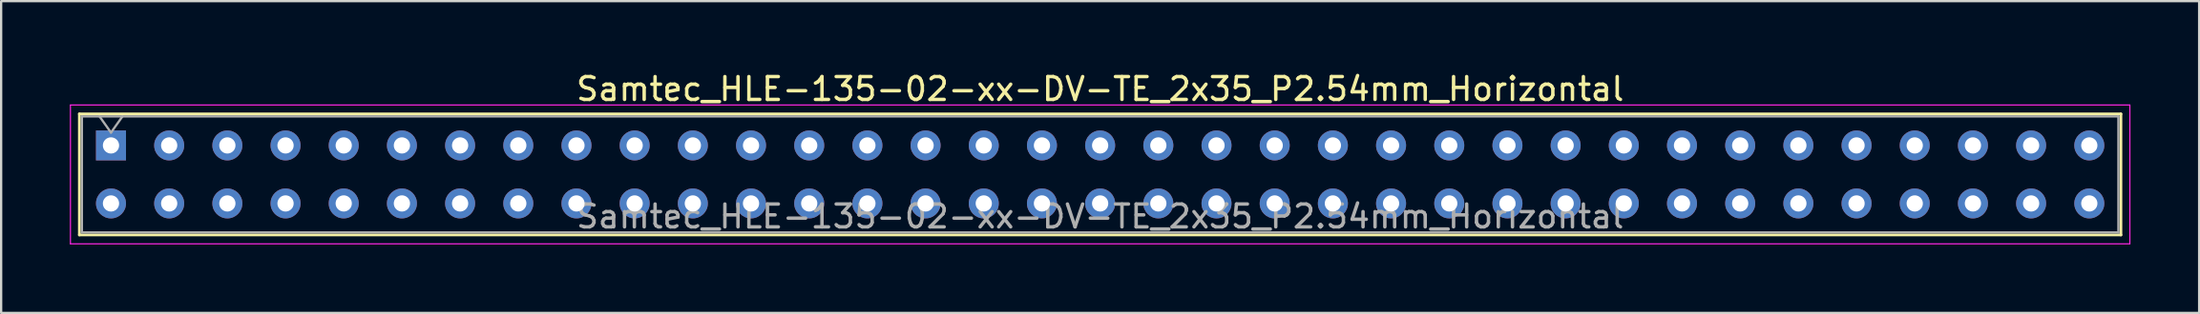
<source format=kicad_pcb>
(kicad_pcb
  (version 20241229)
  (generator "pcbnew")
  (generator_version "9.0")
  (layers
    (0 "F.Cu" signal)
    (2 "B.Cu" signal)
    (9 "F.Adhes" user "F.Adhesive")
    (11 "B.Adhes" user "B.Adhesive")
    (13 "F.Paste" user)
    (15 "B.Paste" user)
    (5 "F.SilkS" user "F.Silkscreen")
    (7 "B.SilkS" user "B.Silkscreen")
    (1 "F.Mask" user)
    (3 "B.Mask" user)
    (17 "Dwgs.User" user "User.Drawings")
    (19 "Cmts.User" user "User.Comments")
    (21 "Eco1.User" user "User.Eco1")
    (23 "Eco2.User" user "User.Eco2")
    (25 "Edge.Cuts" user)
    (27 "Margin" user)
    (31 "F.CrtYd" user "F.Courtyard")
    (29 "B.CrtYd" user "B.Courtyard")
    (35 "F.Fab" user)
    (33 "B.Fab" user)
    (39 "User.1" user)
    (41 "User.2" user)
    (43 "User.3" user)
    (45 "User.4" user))
  (footprint "Samtec_HLE-135-02-xx-DV-TE_2x35_P2.54mm_Horizontal"
    (layer "F.Cu")
    (at 1.795 3.318)
    (property "Reference" "Samtec_HLE-135-02-xx-DV-TE_2x35_P2.54mm_Horizontal" (at 43.18 -2.47 0) (layer "F.SilkS") (effects (font (size 1 1) (thickness 0.15))))
    (attr through_hole)
    (fp_line (start -1.38 -1.38) (end 87.74 -1.38) (stroke (width 0.12) (type solid)) (layer "F.SilkS"))
    (fp_line (start -1.38 3.92) (end -1.38 -1.38) (stroke (width 0.12) (type solid)) (layer "F.SilkS"))
    (fp_line (start 87.74 -1.38) (end 87.74 3.92) (stroke (width 0.12) (type solid)) (layer "F.SilkS"))
    (fp_line (start 87.74 3.92) (end -1.38 3.92) (stroke (width 0.12) (type solid)) (layer "F.SilkS"))
    (fp_line (start -1.77 -1.77) (end 88.13 -1.77) (stroke (width 0.05) (type solid)) (layer "F.CrtYd"))
    (fp_line (start -1.77 4.31) (end -1.77 -1.77) (stroke (width 0.05) (type solid)) (layer "F.CrtYd"))
    (fp_line (start 88.13 -1.77) (end 88.13 4.31) (stroke (width 0.05) (type solid)) (layer "F.CrtYd"))
    (fp_line (start 88.13 4.31) (end -1.77 4.31) (stroke (width 0.05) (type solid)) (layer "F.CrtYd"))
    (fp_line (start -1.27 -1.27) (end 87.63 -1.27) (stroke (width 0.1) (type solid)) (layer "F.Fab"))
    (fp_line (start -1.27 3.81) (end -1.27 -1.27) (stroke (width 0.1) (type solid)) (layer "F.Fab"))
    (fp_line (start -0.5 -1.27) (end 0 -0.563) (stroke (width 0.1) (type solid)) (layer "F.Fab"))
    (fp_line (start 0 -0.563) (end 0.5 -1.27) (stroke (width 0.1) (type solid)) (layer "F.Fab"))
    (fp_line (start 87.63 -1.27) (end 87.63 3.81) (stroke (width 0.1) (type solid)) (layer "F.Fab"))
    (fp_line (start 87.63 3.81) (end -1.27 3.81) (stroke (width 0.1) (type solid)) (layer "F.Fab"))
    (fp_text user "${REFERENCE}" (at 43.18 3.11 0) (layer "F.Fab") (effects (font (size 1 1) (thickness 0.15))))
    (pad "1" thru_hole rect (at 0 0) (size 1.31 1.31) (drill 0.71) (layers "*.Cu" "*.Mask"))
    (pad "2" thru_hole circle (at 0 2.54) (size 1.31 1.31) (drill 0.71) (layers "*.Cu" "*.Mask"))
    (pad "3" thru_hole circle (at 2.54 0) (size 1.31 1.31) (drill 0.71) (layers "*.Cu" "*.Mask"))
    (pad "4" thru_hole circle (at 2.54 2.54) (size 1.31 1.31) (drill 0.71) (layers "*.Cu" "*.Mask"))
    (pad "5" thru_hole circle (at 5.08 0) (size 1.31 1.31) (drill 0.71) (layers "*.Cu" "*.Mask"))
    (pad "6" thru_hole circle (at 5.08 2.54) (size 1.31 1.31) (drill 0.71) (layers "*.Cu" "*.Mask"))
    (pad "7" thru_hole circle (at 7.62 0) (size 1.31 1.31) (drill 0.71) (layers "*.Cu" "*.Mask"))
    (pad "8" thru_hole circle (at 7.62 2.54) (size 1.31 1.31) (drill 0.71) (layers "*.Cu" "*.Mask"))
    (pad "9" thru_hole circle (at 10.16 0) (size 1.31 1.31) (drill 0.71) (layers "*.Cu" "*.Mask"))
    (pad "10" thru_hole circle (at 10.16 2.54) (size 1.31 1.31) (drill 0.71) (layers "*.Cu" "*.Mask"))
    (pad "11" thru_hole circle (at 12.7 0) (size 1.31 1.31) (drill 0.71) (layers "*.Cu" "*.Mask"))
    (pad "12" thru_hole circle (at 12.7 2.54) (size 1.31 1.31) (drill 0.71) (layers "*.Cu" "*.Mask"))
    (pad "13" thru_hole circle (at 15.24 0) (size 1.31 1.31) (drill 0.71) (layers "*.Cu" "*.Mask"))
    (pad "14" thru_hole circle (at 15.24 2.54) (size 1.31 1.31) (drill 0.71) (layers "*.Cu" "*.Mask"))
    (pad "15" thru_hole circle (at 17.78 0) (size 1.31 1.31) (drill 0.71) (layers "*.Cu" "*.Mask"))
    (pad "16" thru_hole circle (at 17.78 2.54) (size 1.31 1.31) (drill 0.71) (layers "*.Cu" "*.Mask"))
    (pad "17" thru_hole circle (at 20.32 0) (size 1.31 1.31) (drill 0.71) (layers "*.Cu" "*.Mask"))
    (pad "18" thru_hole circle (at 20.32 2.54) (size 1.31 1.31) (drill 0.71) (layers "*.Cu" "*.Mask"))
    (pad "19" thru_hole circle (at 22.86 0) (size 1.31 1.31) (drill 0.71) (layers "*.Cu" "*.Mask"))
    (pad "20" thru_hole circle (at 22.86 2.54) (size 1.31 1.31) (drill 0.71) (layers "*.Cu" "*.Mask"))
    (pad "21" thru_hole circle (at 25.4 0) (size 1.31 1.31) (drill 0.71) (layers "*.Cu" "*.Mask"))
    (pad "22" thru_hole circle (at 25.4 2.54) (size 1.31 1.31) (drill 0.71) (layers "*.Cu" "*.Mask"))
    (pad "23" thru_hole circle (at 27.94 0) (size 1.31 1.31) (drill 0.71) (layers "*.Cu" "*.Mask"))
    (pad "24" thru_hole circle (at 27.94 2.54) (size 1.31 1.31) (drill 0.71) (layers "*.Cu" "*.Mask"))
    (pad "25" thru_hole circle (at 30.48 0) (size 1.31 1.31) (drill 0.71) (layers "*.Cu" "*.Mask"))
    (pad "26" thru_hole circle (at 30.48 2.54) (size 1.31 1.31) (drill 0.71) (layers "*.Cu" "*.Mask"))
    (pad "27" thru_hole circle (at 33.02 0) (size 1.31 1.31) (drill 0.71) (layers "*.Cu" "*.Mask"))
    (pad "28" thru_hole circle (at 33.02 2.54) (size 1.31 1.31) (drill 0.71) (layers "*.Cu" "*.Mask"))
    (pad "29" thru_hole circle (at 35.56 0) (size 1.31 1.31) (drill 0.71) (layers "*.Cu" "*.Mask"))
    (pad "30" thru_hole circle (at 35.56 2.54) (size 1.31 1.31) (drill 0.71) (layers "*.Cu" "*.Mask"))
    (pad "31" thru_hole circle (at 38.1 0) (size 1.31 1.31) (drill 0.71) (layers "*.Cu" "*.Mask"))
    (pad "32" thru_hole circle (at 38.1 2.54) (size 1.31 1.31) (drill 0.71) (layers "*.Cu" "*.Mask"))
    (pad "33" thru_hole circle (at 40.64 0) (size 1.31 1.31) (drill 0.71) (layers "*.Cu" "*.Mask"))
    (pad "34" thru_hole circle (at 40.64 2.54) (size 1.31 1.31) (drill 0.71) (layers "*.Cu" "*.Mask"))
    (pad "35" thru_hole circle (at 43.18 0) (size 1.31 1.31) (drill 0.71) (layers "*.Cu" "*.Mask"))
    (pad "36" thru_hole circle (at 43.18 2.54) (size 1.31 1.31) (drill 0.71) (layers "*.Cu" "*.Mask"))
    (pad "37" thru_hole circle (at 45.72 0) (size 1.31 1.31) (drill 0.71) (layers "*.Cu" "*.Mask"))
    (pad "38" thru_hole circle (at 45.72 2.54) (size 1.31 1.31) (drill 0.71) (layers "*.Cu" "*.Mask"))
    (pad "39" thru_hole circle (at 48.26 0) (size 1.31 1.31) (drill 0.71) (layers "*.Cu" "*.Mask"))
    (pad "40" thru_hole circle (at 48.26 2.54) (size 1.31 1.31) (drill 0.71) (layers "*.Cu" "*.Mask"))
    (pad "41" thru_hole circle (at 50.8 0) (size 1.31 1.31) (drill 0.71) (layers "*.Cu" "*.Mask"))
    (pad "42" thru_hole circle (at 50.8 2.54) (size 1.31 1.31) (drill 0.71) (layers "*.Cu" "*.Mask"))
    (pad "43" thru_hole circle (at 53.34 0) (size 1.31 1.31) (drill 0.71) (layers "*.Cu" "*.Mask"))
    (pad "44" thru_hole circle (at 53.34 2.54) (size 1.31 1.31) (drill 0.71) (layers "*.Cu" "*.Mask"))
    (pad "45" thru_hole circle (at 55.88 0) (size 1.31 1.31) (drill 0.71) (layers "*.Cu" "*.Mask"))
    (pad "46" thru_hole circle (at 55.88 2.54) (size 1.31 1.31) (drill 0.71) (layers "*.Cu" "*.Mask"))
    (pad "47" thru_hole circle (at 58.42 0) (size 1.31 1.31) (drill 0.71) (layers "*.Cu" "*.Mask"))
    (pad "48" thru_hole circle (at 58.42 2.54) (size 1.31 1.31) (drill 0.71) (layers "*.Cu" "*.Mask"))
    (pad "49" thru_hole circle (at 60.96 0) (size 1.31 1.31) (drill 0.71) (layers "*.Cu" "*.Mask"))
    (pad "50" thru_hole circle (at 60.96 2.54) (size 1.31 1.31) (drill 0.71) (layers "*.Cu" "*.Mask"))
    (pad "51" thru_hole circle (at 63.5 0) (size 1.31 1.31) (drill 0.71) (layers "*.Cu" "*.Mask"))
    (pad "52" thru_hole circle (at 63.5 2.54) (size 1.31 1.31) (drill 0.71) (layers "*.Cu" "*.Mask"))
    (pad "53" thru_hole circle (at 66.04 0) (size 1.31 1.31) (drill 0.71) (layers "*.Cu" "*.Mask"))
    (pad "54" thru_hole circle (at 66.04 2.54) (size 1.31 1.31) (drill 0.71) (layers "*.Cu" "*.Mask"))
    (pad "55" thru_hole circle (at 68.58 0) (size 1.31 1.31) (drill 0.71) (layers "*.Cu" "*.Mask"))
    (pad "56" thru_hole circle (at 68.58 2.54) (size 1.31 1.31) (drill 0.71) (layers "*.Cu" "*.Mask"))
    (pad "57" thru_hole circle (at 71.12 0) (size 1.31 1.31) (drill 0.71) (layers "*.Cu" "*.Mask"))
    (pad "58" thru_hole circle (at 71.12 2.54) (size 1.31 1.31) (drill 0.71) (layers "*.Cu" "*.Mask"))
    (pad "59" thru_hole circle (at 73.66 0) (size 1.31 1.31) (drill 0.71) (layers "*.Cu" "*.Mask"))
    (pad "60" thru_hole circle (at 73.66 2.54) (size 1.31 1.31) (drill 0.71) (layers "*.Cu" "*.Mask"))
    (pad "61" thru_hole circle (at 76.2 0) (size 1.31 1.31) (drill 0.71) (layers "*.Cu" "*.Mask"))
    (pad "62" thru_hole circle (at 76.2 2.54) (size 1.31 1.31) (drill 0.71) (layers "*.Cu" "*.Mask"))
    (pad "63" thru_hole circle (at 78.74 0) (size 1.31 1.31) (drill 0.71) (layers "*.Cu" "*.Mask"))
    (pad "64" thru_hole circle (at 78.74 2.54) (size 1.31 1.31) (drill 0.71) (layers "*.Cu" "*.Mask"))
    (pad "65" thru_hole circle (at 81.28 0) (size 1.31 1.31) (drill 0.71) (layers "*.Cu" "*.Mask"))
    (pad "66" thru_hole circle (at 81.28 2.54) (size 1.31 1.31) (drill 0.71) (layers "*.Cu" "*.Mask"))
    (pad "67" thru_hole circle (at 83.82 0) (size 1.31 1.31) (drill 0.71) (layers "*.Cu" "*.Mask"))
    (pad "68" thru_hole circle (at 83.82 2.54) (size 1.31 1.31) (drill 0.71) (layers "*.Cu" "*.Mask"))
    (pad "69" thru_hole circle (at 86.36 0) (size 1.31 1.31) (drill 0.71) (layers "*.Cu" "*.Mask"))
    (pad "70" thru_hole circle (at 86.36 2.54) (size 1.31 1.31) (drill 0.71) (layers "*.Cu" "*.Mask")))
  (gr_rect
    (start -3 -3)
    (end 92.95 10.653)
    (stroke (width 0.1) (type default))
    (fill no)
    (layer "Edge.Cuts")))
</source>
